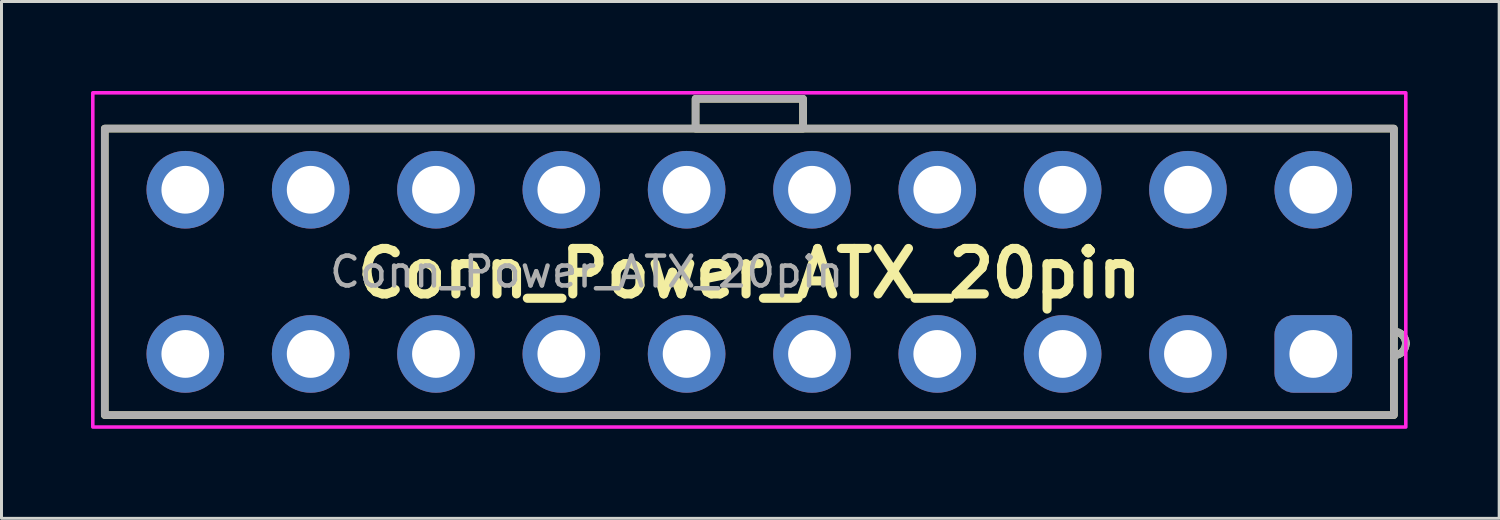
<source format=kicad_pcb>
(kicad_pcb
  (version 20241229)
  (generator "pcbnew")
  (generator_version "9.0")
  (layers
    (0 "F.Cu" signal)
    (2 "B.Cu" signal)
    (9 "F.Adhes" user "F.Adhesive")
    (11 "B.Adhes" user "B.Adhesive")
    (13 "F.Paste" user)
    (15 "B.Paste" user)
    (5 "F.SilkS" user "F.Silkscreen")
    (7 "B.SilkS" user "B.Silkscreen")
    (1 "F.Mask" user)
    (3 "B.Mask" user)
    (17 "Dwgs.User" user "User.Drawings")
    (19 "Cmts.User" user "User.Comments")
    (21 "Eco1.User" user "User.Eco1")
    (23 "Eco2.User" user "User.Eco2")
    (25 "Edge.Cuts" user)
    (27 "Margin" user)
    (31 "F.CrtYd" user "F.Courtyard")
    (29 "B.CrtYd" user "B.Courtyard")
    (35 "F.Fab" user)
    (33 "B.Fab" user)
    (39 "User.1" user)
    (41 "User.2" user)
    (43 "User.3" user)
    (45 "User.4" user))
  (footprint "Conn_Power_ATX_20pin"
    (layer "F.Cu")
    (at 22.06 6.06)
    (property "Reference" "Conn_Power_ATX_20pin" (at 0 0.05 0) (layer "F.SilkS") (effects (font (size 1.524 1.524) (thickness 0.305))))
    (property "Value" "${VALUE}" (at 3.6 -0.049 0) (layer "F.Fab") (hide yes) (effects (font (size 1 1) (thickness 0.15))))
    (fp_rect (start -21.6 -4.801) (end 21.6 4.801) (stroke (width 0.254) (type default)) (fill no) (layer "F.SilkS"))
    (fp_rect (start -1.801 -5.799) (end 1.801 -4.801) (stroke (width 0.254) (type default)) (fill no) (layer "F.SilkS"))
    (fp_arc (start 21.60016 1.99898) (mid 21.883927 2.116516) (end 22.00148 2.4003) (stroke (width 0.254) (type solid)) (layer "F.SilkS"))
    (fp_arc (start 21.99894 2.4003) (mid 21.882144 2.682301) (end 21.60016 2.79908) (stroke (width 0.254) (type solid)) (layer "F.SilkS"))
    (fp_rect (start -22 -6) (end 22 5.2) (stroke (width 0.12) (type default)) (fill no) (layer "F.CrtYd"))
    (fp_rect (start -21.599 -4.802) (end 21.601 4.799) (stroke (width 0.254) (type default)) (fill no) (layer "F.Fab"))
    (fp_rect (start -1.8 -5.8) (end 1.802 -4.802) (stroke (width 0.254) (type default)) (fill no) (layer "F.Fab"))
    (fp_arc (start 21.60102 1.9978) (mid 21.884822 2.11533) (end 22.00234 2.39912) (stroke (width 0.254) (type solid)) (layer "F.Fab"))
    (fp_arc (start 21.9998 2.39912) (mid 21.882998 2.681086) (end 21.60102 2.7979) (stroke (width 0.254) (type solid)) (layer "F.Fab"))
    (fp_text user "${REFERENCE}" (at -5.45 0 0) (layer "F.Fab") (effects (font (size 1 1) (thickness 0.15))))
    (pad "1" thru_hole roundrect (at 18.9 2.751) (size 2.601 2.601) (drill 1.6) (layers "*.Cu" "*.Mask") (roundrect_rratio 0.25))
    (pad "2" thru_hole circle (at 14.699 2.751) (size 2.601 2.601) (drill 1.6) (layers "*.Cu" "*.Mask"))
    (pad "3" thru_hole circle (at 10.5 2.751) (size 2.601 2.601) (drill 1.6) (layers "*.Cu" "*.Mask"))
    (pad "4" thru_hole circle (at 6.299 2.751) (size 2.601 2.601) (drill 1.6) (layers "*.Cu" "*.Mask"))
    (pad "5" thru_hole circle (at 2.101 2.751) (size 2.601 2.601) (drill 1.6) (layers "*.Cu" "*.Mask"))
    (pad "6" thru_hole circle (at -2.101 2.751) (size 2.601 2.601) (drill 1.6) (layers "*.Cu" "*.Mask"))
    (pad "7" thru_hole circle (at -6.299 2.751) (size 2.601 2.601) (drill 1.6) (layers "*.Cu" "*.Mask"))
    (pad "8" thru_hole circle (at -10.5 2.751) (size 2.601 2.601) (drill 1.6) (layers "*.Cu" "*.Mask"))
    (pad "9" thru_hole circle (at -14.699 2.751) (size 2.601 2.601) (drill 1.6) (layers "*.Cu" "*.Mask"))
    (pad "10" thru_hole circle (at -18.9 2.751) (size 2.601 2.601) (drill 1.6) (layers "*.Cu" "*.Mask"))
    (pad "11" thru_hole circle (at 18.9 -2.751) (size 2.601 2.601) (drill 1.6) (layers "*.Cu" "*.Mask"))
    (pad "12" thru_hole circle (at 14.699 -2.751) (size 2.601 2.601) (drill 1.6) (layers "*.Cu" "*.Mask"))
    (pad "13" thru_hole circle (at 10.5 -2.751) (size 2.601 2.601) (drill 1.6) (layers "*.Cu" "*.Mask"))
    (pad "14" thru_hole circle (at 6.299 -2.751) (size 2.601 2.601) (drill 1.6) (layers "*.Cu" "*.Mask"))
    (pad "15" thru_hole circle (at 2.101 -2.751) (size 2.601 2.601) (drill 1.6) (layers "*.Cu" "*.Mask"))
    (pad "16" thru_hole circle (at -2.101 -2.751) (size 2.601 2.601) (drill 1.6) (layers "*.Cu" "*.Mask"))
    (pad "17" thru_hole circle (at -6.299 -2.751) (size 2.601 2.601) (drill 1.6) (layers "*.Cu" "*.Mask"))
    (pad "18" thru_hole circle (at -10.5 -2.751) (size 2.601 2.601) (drill 1.6) (layers "*.Cu" "*.Mask"))
    (pad "19" thru_hole circle (at -14.699 -2.751) (size 2.601 2.601) (drill 1.6) (layers "*.Cu" "*.Mask"))
    (pad "20" thru_hole circle (at -18.9 -2.751) (size 2.601 2.601) (drill 1.6) (layers "*.Cu" "*.Mask")))
  (gr_rect
    (start -3 -3)
    (end 47.189 14.32)
    (stroke (width 0.1) (type default))
    (fill no)
    (layer "Edge.Cuts")))
</source>
